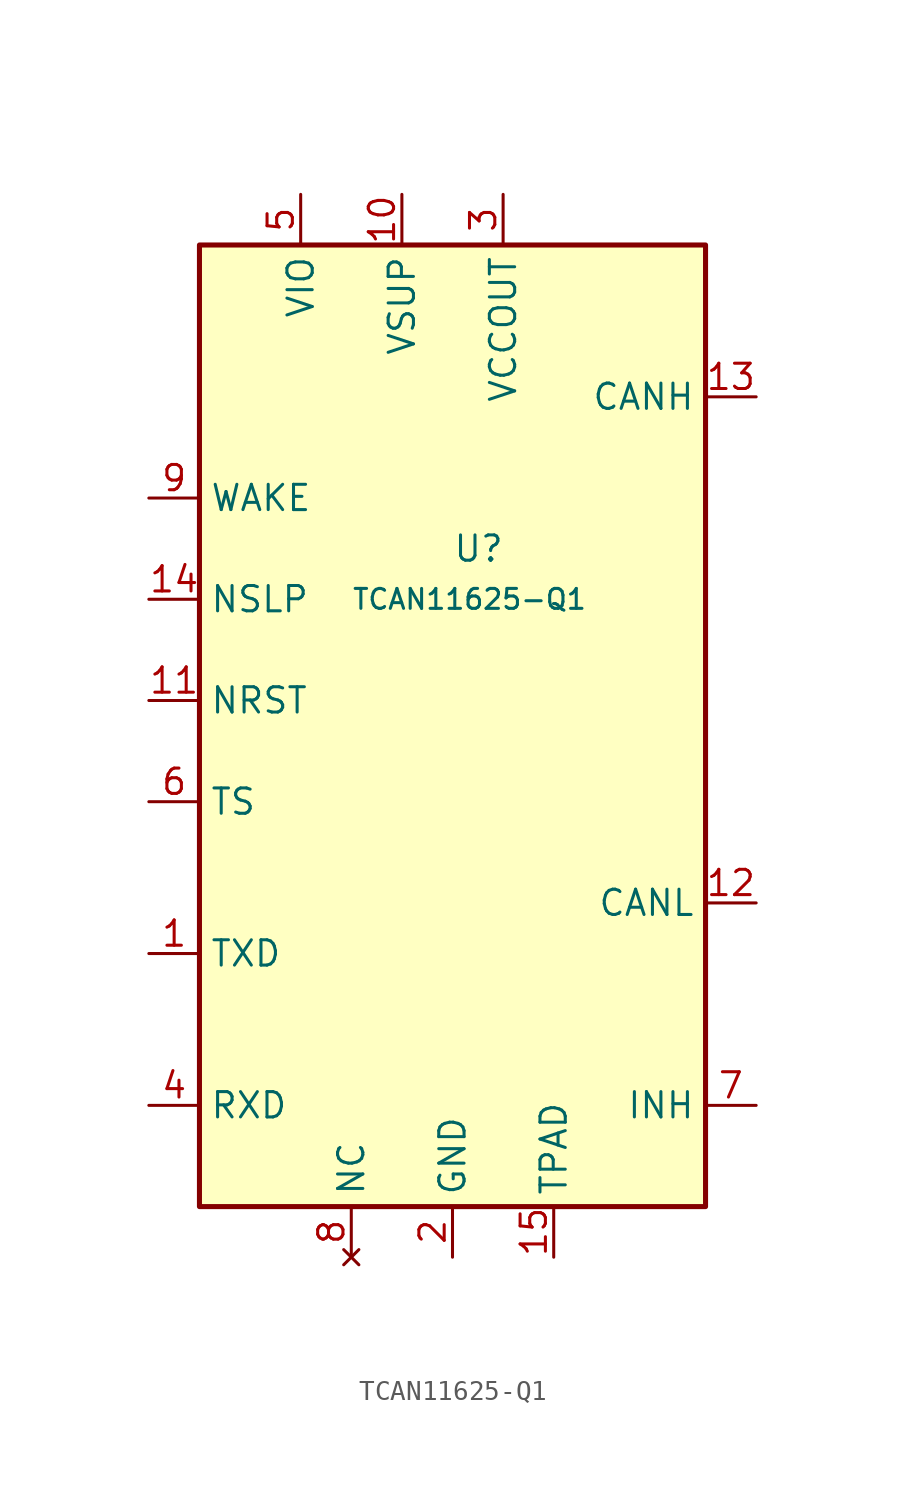
<source format=kicad_sym>
(kicad_symbol_lib
  (version 20231120)
  (generator "kicad_symbol_editor")
  (generator_version "8.0")
  (symbol "TCAN11625-Q1"
    (property "Reference" "U"
      (at 0 10.16 0)
      (effects (font (size 1.27 1.27)) (justify left)))
    (property "Value" "TCAN11625-Q1"
      (at -5.08 7.62 0)
      (effects (font (size 1 1)) (justify left)))
    (symbol "TCAN11625-Q1_0_1"
      (rectangle (start -12.7 25.4) (end 12.7 -22.86) (stroke (width 0.254) (type default)) (fill (type background))))
    (symbol "TCAN11625-Q1_1_1"
      (pin input line (at -15.24 -10.16 0) (length 2.54) (name "TXD" (effects (font (size 1.27 1.27)))) (number "1" (effects (font (size 1.27 1.27)))))
      (pin power_in line (at -2.54 27.94 270) (length 2.54) (name "VSUP" (effects (font (size 1.27 1.27)))) (number "10" (effects (font (size 1.27 1.27)))))
      (pin input line (at -15.24 2.54 0) (length 2.54) (name "NRST" (effects (font (size 1.27 1.27)))) (number "11" (effects (font (size 1.27 1.27)))))
      (pin bidirectional line (at 15.24 -7.62 180) (length 2.54) (name "CANL" (effects (font (size 1.27 1.27)))) (number "12" (effects (font (size 1.27 1.27)))))
      (pin bidirectional line (at 15.24 17.78 180) (length 2.54) (name "CANH" (effects (font (size 1.27 1.27)))) (number "13" (effects (font (size 1.27 1.27)))))
      (pin input line (at -15.24 7.62 0) (length 2.54) (name "NSLP" (effects (font (size 1.27 1.27)))) (number "14" (effects (font (size 1.27 1.27)))))
      (pin power_in line (at 5.08 -25.4 90) (length 2.54) (name "TPAD" (effects (font (size 1.27 1.27)))) (number "15" (effects (font (size 1.27 1.27)))))
      (pin power_in line (at 0 -25.4 90) (length 2.54) (name "GND" (effects (font (size 1.27 1.27)))) (number "2" (effects (font (size 1.27 1.27)))))
      (pin power_out line (at 2.54 27.94 270) (length 2.54) (name "VCCOUT" (effects (font (size 1.27 1.27)))) (number "3" (effects (font (size 1.27 1.27)))))
      (pin output line (at -15.24 -17.78 0) (length 2.54) (name "RXD" (effects (font (size 1.27 1.27)))) (number "4" (effects (font (size 1.27 1.27)))))
      (pin power_in line (at -7.62 27.94 270) (length 2.54) (name "VIO" (effects (font (size 1.27 1.27)))) (number "5" (effects (font (size 1.27 1.27)))))
      (pin output line (at -15.24 -2.54 0) (length 2.54) (name "TS" (effects (font (size 1.27 1.27)))) (number "6" (effects (font (size 1.27 1.27)))))
      (pin open_emitter line (at 15.24 -17.78 180) (length 2.54) (name "INH" (effects (font (size 1.27 1.27)))) (number "7" (effects (font (size 1.27 1.27)))))
      (pin no_connect line (at -5.08 -25.4 90) (length 2.54) (name "NC" (effects (font (size 1.27 1.27)))) (number "8" (effects (font (size 1.27 1.27)))))
      (pin input line (at -15.24 12.7 0) (length 2.54) (name "WAKE" (effects (font (size 1.27 1.27)))) (number "9" (effects (font (size 1.27 1.27))))))))
</source>
